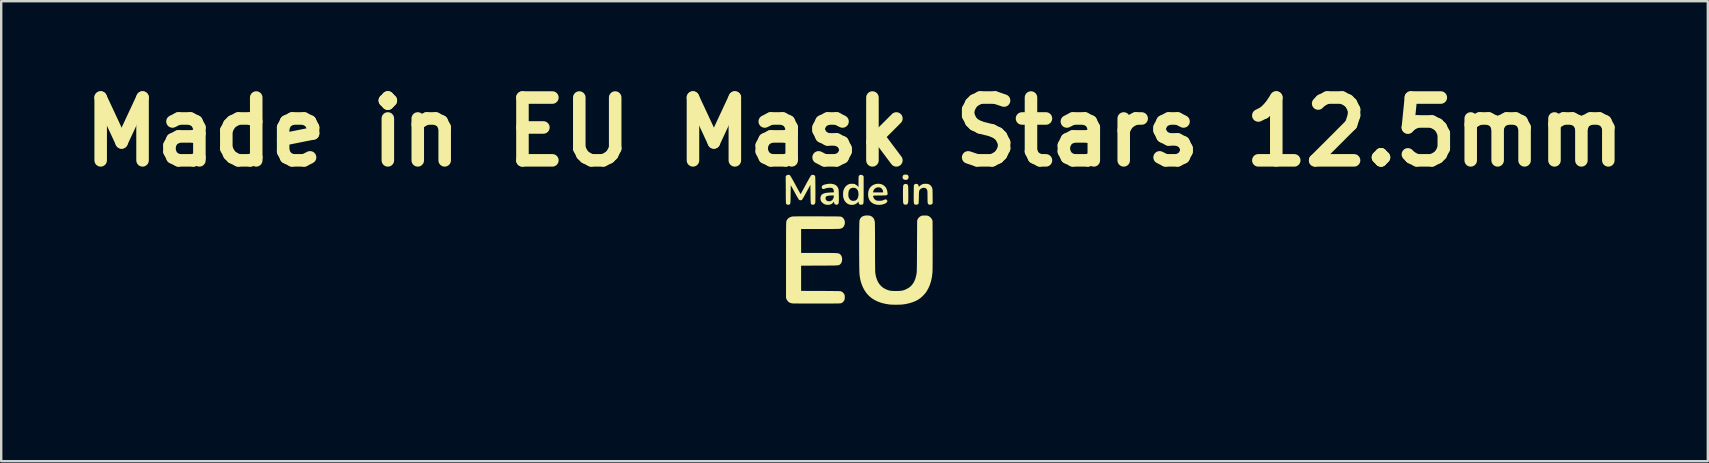
<source format=kicad_pcb>
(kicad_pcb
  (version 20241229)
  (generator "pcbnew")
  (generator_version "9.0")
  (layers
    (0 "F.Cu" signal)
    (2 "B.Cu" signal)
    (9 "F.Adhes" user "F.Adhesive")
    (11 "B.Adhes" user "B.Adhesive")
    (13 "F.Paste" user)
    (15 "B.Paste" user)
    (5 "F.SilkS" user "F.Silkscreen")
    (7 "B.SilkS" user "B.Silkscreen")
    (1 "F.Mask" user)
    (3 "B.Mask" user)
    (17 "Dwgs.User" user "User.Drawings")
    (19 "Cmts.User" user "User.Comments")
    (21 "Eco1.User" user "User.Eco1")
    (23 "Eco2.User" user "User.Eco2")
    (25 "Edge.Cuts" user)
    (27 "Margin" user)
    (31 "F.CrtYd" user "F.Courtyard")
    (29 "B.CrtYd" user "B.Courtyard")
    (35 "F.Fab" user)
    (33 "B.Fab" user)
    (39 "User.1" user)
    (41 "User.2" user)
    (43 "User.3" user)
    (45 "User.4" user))
  (footprint "Made in EU Mask Stars 12.5mm"
    (layer "F.Cu")
    (at 32.548 6.947)
    (property "Reference" "Made in EU Mask Stars 12.5mm" (at 0 -4.5 180) (layer "F.SilkS") (effects (font (size 2.617 2.617) (thickness 0.522))))
    (attr board_only exclude_from_pos_files exclude_from_bom)
    (fp_poly (pts (xy 4.594 -3.555) (xy 4.595 -3.554) (xy 4.599 -3.542) (xy 4.608 -3.515) (xy 4.621 -3.474) (xy 4.638 -3.421) (xy 4.658 -3.359) (xy 4.681 -3.289) (xy 4.705 -3.214) (xy 4.708 -3.205) (xy 4.816 -2.87) (xy 5.185 -2.866) (xy 5.555 -2.861) (xy 5.257 -2.647) (xy 5.192 -2.6) (xy 5.131 -2.556) (xy 5.077 -2.517) (xy 5.031 -2.484) (xy 4.996 -2.457) (xy 4.971 -2.439) (xy 4.96 -2.429) (xy 4.959 -2.429) (xy 4.962 -2.419) (xy 4.97 -2.394) (xy 4.982 -2.354) (xy 4.999 -2.303) (xy 5.018 -2.242) (xy 5.04 -2.173) (xy 5.065 -2.099) (xy 5.069 -2.084) (xy 5.094 -2.008) (xy 5.116 -1.938) (xy 5.136 -1.876) (xy 5.153 -1.823) (xy 5.165 -1.782) (xy 5.174 -1.754) (xy 5.177 -1.742) (xy 5.177 -1.741) (xy 5.169 -1.746) (xy 5.148 -1.76) (xy 5.115 -1.784) (xy 5.072 -1.814) (xy 5.021 -1.851) (xy 4.962 -1.894) (xy 4.899 -1.94) (xy 4.882 -1.952) (xy 4.59 -2.165) (xy 4.312 -1.961) (xy 4.235 -1.905) (xy 4.171 -1.859) (xy 4.121 -1.822) (xy 4.081 -1.793) (xy 4.051 -1.772) (xy 4.029 -1.758) (xy 4.015 -1.749) (xy 4.007 -1.745) (xy 4.003 -1.745) (xy 4.003 -1.749) (xy 4.004 -1.754) (xy 4.005 -1.755) (xy 4.034 -1.846) (xy 4.064 -1.937) (xy 4.092 -2.025) (xy 4.119 -2.109) (xy 4.143 -2.187) (xy 4.165 -2.258) (xy 4.184 -2.319) (xy 4.199 -2.37) (xy 4.209 -2.407) (xy 4.215 -2.43) (xy 4.216 -2.437) (xy 4.207 -2.444) (xy 4.184 -2.46) (xy 4.15 -2.484) (xy 4.106 -2.516) (xy 4.053 -2.554) (xy 3.994 -2.596) (xy 3.93 -2.642) (xy 3.917 -2.652) (xy 3.625 -2.861) (xy 3.994 -2.863) (xy 4.363 -2.866) (xy 4.443 -3.115) (xy 4.475 -3.216) (xy 4.503 -3.302) (xy 4.526 -3.372) (xy 4.544 -3.428) (xy 4.559 -3.473) (xy 4.571 -3.506) (xy 4.579 -3.53) (xy 4.585 -3.545) (xy 4.59 -3.554) (xy 4.592 -3.556)) (stroke (width 0) (type solid)) (fill yes) (layer "F.Mask"))
    (fp_poly (pts (xy 0.012 4.404) (xy 0.021 4.431) (xy 0.034 4.472) (xy 0.051 4.525) (xy 0.071 4.587) (xy 0.093 4.657) (xy 0.117 4.732) (xy 0.121 4.745) (xy 0.23 5.085) (xy 0.596 5.089) (xy 0.962 5.094) (xy 0.688 5.29) (xy 0.624 5.336) (xy 0.564 5.379) (xy 0.511 5.418) (xy 0.465 5.451) (xy 0.429 5.478) (xy 0.404 5.496) (xy 0.393 5.504) (xy 0.372 5.522) (xy 0.479 5.857) (xy 0.504 5.932) (xy 0.526 6.003) (xy 0.547 6.066) (xy 0.564 6.12) (xy 0.578 6.162) (xy 0.587 6.191) (xy 0.591 6.204) (xy 0.591 6.205) (xy 0.592 6.213) (xy 0.584 6.208) (xy 0.571 6.199) (xy 0.546 6.18) (xy 0.51 6.154) (xy 0.466 6.122) (xy 0.415 6.085) (xy 0.36 6.045) (xy 0.303 6.004) (xy 0.246 5.962) (xy 0.191 5.922) (xy 0.14 5.885) (xy 0.095 5.852) (xy 0.057 5.825) (xy 0.03 5.806) (xy 0.015 5.795) (xy 0.013 5.793) (xy 0.004 5.798) (xy -0.019 5.811) (xy -0.052 5.833) (xy -0.094 5.862) (xy -0.144 5.896) (xy -0.199 5.935) (xy -0.257 5.976) (xy -0.317 6.018) (xy -0.376 6.061) (xy -0.432 6.102) (xy -0.485 6.14) (xy -0.53 6.174) (xy -0.568 6.203) (xy -0.576 6.209) (xy -0.586 6.215) (xy -0.585 6.206) (xy -0.585 6.206) (xy -0.58 6.193) (xy -0.572 6.166) (xy -0.559 6.126) (xy -0.542 6.075) (xy -0.523 6.017) (xy -0.503 5.954) (xy -0.482 5.887) (xy -0.46 5.821) (xy -0.44 5.756) (xy -0.421 5.697) (xy -0.404 5.644) (xy -0.39 5.602) (xy -0.38 5.571) (xy -0.376 5.557) (xy -0.364 5.518) (xy -0.662 5.304) (xy -0.961 5.089) (xy -0.593 5.089) (xy -0.224 5.089) (xy -0.158 4.882) (xy -0.135 4.812) (xy -0.111 4.736) (xy -0.087 4.661) (xy -0.065 4.592) (xy -0.046 4.534) (xy -0.044 4.527) (xy -0.028 4.479) (xy -0.014 4.439) (xy -0.003 4.41) (xy 0.005 4.394) (xy 0.008 4.392)) (stroke (width 0) (type solid)) (fill yes) (layer "F.Mask"))
    (fp_poly (pts (xy -2.569 -5.266) (xy -2.546 -5.195) (xy -2.523 -5.123) (xy -2.5 -5.054) (xy -2.48 -4.992) (xy -2.464 -4.941) (xy -2.455 -4.915) (xy -2.418 -4.801) (xy -2.048 -4.799) (xy -1.679 -4.796) (xy -1.944 -4.606) (xy -2.008 -4.56) (xy -2.068 -4.517) (xy -2.122 -4.478) (xy -2.169 -4.444) (xy -2.207 -4.417) (xy -2.233 -4.398) (xy -2.243 -4.39) (xy -2.277 -4.364) (xy -2.167 -4.022) (xy -2.143 -3.946) (xy -2.12 -3.876) (xy -2.101 -3.813) (xy -2.084 -3.76) (xy -2.072 -3.719) (xy -2.063 -3.691) (xy -2.06 -3.678) (xy -2.06 -3.677) (xy -2.068 -3.682) (xy -2.089 -3.696) (xy -2.122 -3.719) (xy -2.165 -3.75) (xy -2.216 -3.787) (xy -2.274 -3.829) (xy -2.337 -3.875) (xy -2.345 -3.88) (xy -2.409 -3.927) (xy -2.468 -3.97) (xy -2.522 -4.008) (xy -2.567 -4.041) (xy -2.603 -4.066) (xy -2.627 -4.083) (xy -2.638 -4.09) (xy -2.638 -4.091) (xy -2.648 -4.086) (xy -2.671 -4.072) (xy -2.706 -4.049) (xy -2.751 -4.019) (xy -2.803 -3.982) (xy -2.862 -3.94) (xy -2.926 -3.894) (xy -2.938 -3.885) (xy -3.002 -3.838) (xy -3.062 -3.795) (xy -3.115 -3.757) (xy -3.16 -3.724) (xy -3.195 -3.699) (xy -3.219 -3.682) (xy -3.23 -3.675) (xy -3.23 -3.675) (xy -3.229 -3.684) (xy -3.222 -3.708) (xy -3.21 -3.746) (xy -3.195 -3.796) (xy -3.176 -3.856) (xy -3.154 -3.925) (xy -3.13 -4) (xy -3.125 -4.017) (xy -3.1 -4.093) (xy -3.078 -4.163) (xy -3.057 -4.226) (xy -3.041 -4.279) (xy -3.027 -4.321) (xy -3.018 -4.35) (xy -3.015 -4.363) (xy -3.014 -4.363) (xy -3.022 -4.37) (xy -3.043 -4.386) (xy -3.075 -4.41) (xy -3.118 -4.442) (xy -3.17 -4.479) (xy -3.229 -4.522) (xy -3.293 -4.568) (xy -3.313 -4.582) (xy -3.611 -4.796) (xy -3.241 -4.799) (xy -2.87 -4.801) (xy -2.782 -5.078) (xy -2.759 -5.15) (xy -2.737 -5.221) (xy -2.716 -5.286) (xy -2.698 -5.343) (xy -2.683 -5.39) (xy -2.672 -5.422) (xy -2.67 -5.429) (xy -2.645 -5.503)) (stroke (width 0) (type solid)) (fill yes) (layer "F.Mask"))
    (fp_poly (pts (xy -2.639 3.699) (xy -2.63 3.722) (xy -2.617 3.759) (xy -2.6 3.808) (xy -2.58 3.868) (xy -2.558 3.936) (xy -2.534 4.01) (xy -2.526 4.033) (xy -2.415 4.382) (xy -2.046 4.384) (xy -1.678 4.387) (xy -1.974 4.599) (xy -2.039 4.647) (xy -2.1 4.69) (xy -2.153 4.73) (xy -2.199 4.763) (xy -2.234 4.79) (xy -2.259 4.809) (xy -2.27 4.818) (xy -2.27 4.819) (xy -2.267 4.829) (xy -2.26 4.855) (xy -2.247 4.894) (xy -2.231 4.945) (xy -2.212 5.006) (xy -2.19 5.075) (xy -2.166 5.15) (xy -2.163 5.159) (xy -2.139 5.234) (xy -2.117 5.304) (xy -2.097 5.366) (xy -2.081 5.419) (xy -2.069 5.46) (xy -2.061 5.487) (xy -2.058 5.499) (xy -2.058 5.5) (xy -2.066 5.497) (xy -2.086 5.486) (xy -2.114 5.467) (xy -2.14 5.448) (xy -2.169 5.427) (xy -2.21 5.396) (xy -2.261 5.36) (xy -2.317 5.318) (xy -2.376 5.275) (xy -2.43 5.236) (xy -2.64 5.082) (xy -2.895 5.268) (xy -2.957 5.313) (xy -3.016 5.356) (xy -3.071 5.396) (xy -3.117 5.43) (xy -3.155 5.457) (xy -3.18 5.475) (xy -3.19 5.482) (xy -3.213 5.498) (xy -3.224 5.503) (xy -3.227 5.5) (xy -3.224 5.488) (xy -3.219 5.474) (xy -3.21 5.445) (xy -3.197 5.402) (xy -3.179 5.348) (xy -3.159 5.285) (xy -3.137 5.215) (xy -3.115 5.147) (xy -3.091 5.073) (xy -3.07 5.005) (xy -3.052 4.944) (xy -3.036 4.893) (xy -3.025 4.853) (xy -3.019 4.827) (xy -3.017 4.817) (xy -3.025 4.809) (xy -3.047 4.792) (xy -3.081 4.766) (xy -3.125 4.733) (xy -3.177 4.695) (xy -3.236 4.652) (xy -3.3 4.605) (xy -3.313 4.596) (xy -3.604 4.387) (xy -3.235 4.384) (xy -2.866 4.382) (xy -2.848 4.324) (xy -2.83 4.265) (xy -2.81 4.2) (xy -2.788 4.131) (xy -2.765 4.06) (xy -2.742 3.989) (xy -2.72 3.921) (xy -2.699 3.857) (xy -2.681 3.801) (xy -2.665 3.754) (xy -2.653 3.719) (xy -2.646 3.697) (xy -2.643 3.692)) (stroke (width 0) (type solid)) (fill yes) (layer "F.Mask"))
    (fp_poly (pts (xy 2.652 3.692) (xy 2.655 3.702) (xy 2.661 3.718) (xy 2.67 3.743) (xy 2.681 3.777) (xy 2.696 3.823) (xy 2.714 3.88) (xy 2.737 3.951) (xy 2.765 4.037) (xy 2.798 4.139) (xy 2.805 4.161) (xy 2.876 4.382) (xy 3.244 4.384) (xy 3.611 4.387) (xy 3.321 4.596) (xy 3.256 4.643) (xy 3.196 4.686) (xy 3.142 4.725) (xy 3.096 4.758) (xy 3.06 4.784) (xy 3.035 4.802) (xy 3.023 4.81) (xy 3.023 4.81) (xy 3.024 4.82) (xy 3.03 4.845) (xy 3.041 4.884) (xy 3.057 4.935) (xy 3.075 4.996) (xy 3.097 5.065) (xy 3.121 5.141) (xy 3.126 5.159) (xy 3.151 5.235) (xy 3.173 5.305) (xy 3.193 5.368) (xy 3.21 5.421) (xy 3.223 5.463) (xy 3.231 5.491) (xy 3.235 5.504) (xy 3.235 5.505) (xy 3.227 5.5) (xy 3.206 5.485) (xy 3.173 5.462) (xy 3.13 5.432) (xy 3.078 5.395) (xy 3.02 5.352) (xy 2.956 5.306) (xy 2.94 5.295) (xy 2.648 5.082) (xy 2.601 5.117) (xy 2.539 5.162) (xy 2.474 5.21) (xy 2.409 5.258) (xy 2.344 5.305) (xy 2.282 5.35) (xy 2.224 5.392) (xy 2.172 5.429) (xy 2.128 5.461) (xy 2.094 5.485) (xy 2.071 5.501) (xy 2.061 5.508) (xy 2.06 5.508) (xy 2.058 5.502) (xy 2.059 5.501) (xy 2.063 5.491) (xy 2.071 5.466) (xy 2.084 5.428) (xy 2.1 5.379) (xy 2.118 5.322) (xy 2.139 5.259) (xy 2.16 5.192) (xy 2.182 5.125) (xy 2.203 5.059) (xy 2.223 4.996) (xy 2.241 4.939) (xy 2.257 4.89) (xy 2.269 4.852) (xy 2.277 4.827) (xy 2.279 4.817) (xy 2.279 4.817) (xy 2.272 4.811) (xy 2.251 4.795) (xy 2.219 4.771) (xy 2.176 4.74) (xy 2.124 4.702) (xy 2.065 4.66) (xy 2.001 4.614) (xy 1.983 4.6) (xy 1.686 4.387) (xy 2.054 4.382) (xy 2.423 4.377) (xy 2.534 4.031) (xy 2.559 3.955) (xy 2.582 3.885) (xy 2.602 3.822) (xy 2.62 3.77) (xy 2.634 3.729) (xy 2.644 3.701) (xy 2.649 3.689) (xy 2.65 3.689)) (stroke (width 0) (type solid)) (fill yes) (layer "F.Mask"))
    (fp_poly (pts (xy 0.01 -6.199) (xy 0.018 -6.173) (xy 0.031 -6.133) (xy 0.047 -6.081) (xy 0.067 -6.019) (xy 0.089 -5.95) (xy 0.114 -5.874) (xy 0.119 -5.857) (xy 0.229 -5.512) (xy 0.596 -5.508) (xy 0.963 -5.503) (xy 0.668 -5.291) (xy 0.602 -5.244) (xy 0.542 -5.2) (xy 0.489 -5.162) (xy 0.443 -5.128) (xy 0.408 -5.102) (xy 0.384 -5.084) (xy 0.373 -5.075) (xy 0.372 -5.075) (xy 0.375 -5.065) (xy 0.383 -5.041) (xy 0.394 -5.003) (xy 0.41 -4.955) (xy 0.428 -4.899) (xy 0.448 -4.836) (xy 0.469 -4.77) (xy 0.491 -4.703) (xy 0.512 -4.636) (xy 0.532 -4.574) (xy 0.551 -4.517) (xy 0.566 -4.468) (xy 0.579 -4.429) (xy 0.586 -4.407) (xy 0.589 -4.399) (xy 0.591 -4.393) (xy 0.592 -4.389) (xy 0.588 -4.389) (xy 0.581 -4.392) (xy 0.567 -4.401) (xy 0.545 -4.416) (xy 0.515 -4.437) (xy 0.474 -4.467) (xy 0.422 -4.505) (xy 0.357 -4.553) (xy 0.316 -4.582) (xy 0.254 -4.627) (xy 0.196 -4.67) (xy 0.144 -4.708) (xy 0.099 -4.741) (xy 0.063 -4.766) (xy 0.04 -4.783) (xy 0.031 -4.789) (xy 0.002 -4.81) (xy -0.248 -4.627) (xy -0.31 -4.582) (xy -0.369 -4.539) (xy -0.424 -4.499) (xy -0.471 -4.465) (xy -0.508 -4.437) (xy -0.534 -4.418) (xy -0.543 -4.412) (xy -0.568 -4.394) (xy -0.581 -4.387) (xy -0.584 -4.389) (xy -0.582 -4.4) (xy -0.581 -4.401) (xy -0.577 -4.415) (xy -0.568 -4.443) (xy -0.555 -4.484) (xy -0.539 -4.535) (xy -0.52 -4.594) (xy -0.499 -4.658) (xy -0.478 -4.725) (xy -0.456 -4.793) (xy -0.435 -4.858) (xy -0.416 -4.918) (xy -0.398 -4.972) (xy -0.384 -5.016) (xy -0.374 -5.048) (xy -0.368 -5.065) (xy -0.368 -5.067) (xy -0.374 -5.075) (xy -0.394 -5.092) (xy -0.426 -5.117) (xy -0.469 -5.15) (xy -0.52 -5.188) (xy -0.579 -5.231) (xy -0.642 -5.278) (xy -0.66 -5.29) (xy -0.956 -5.503) (xy -0.59 -5.506) (xy -0.224 -5.508) (xy -0.158 -5.715) (xy -0.135 -5.786) (xy -0.111 -5.861) (xy -0.087 -5.936) (xy -0.065 -6.005) (xy -0.046 -6.063) (xy -0.044 -6.07) (xy -0.028 -6.118) (xy -0.014 -6.159) (xy -0.003 -6.189) (xy 0.004 -6.207) (xy 0.006 -6.21)) (stroke (width 0) (type solid)) (fill yes) (layer "F.Mask"))
    (fp_poly (pts (xy 4.592 1.752) (xy 4.601 1.775) (xy 4.614 1.813) (xy 4.631 1.862) (xy 4.651 1.922) (xy 4.673 1.991) (xy 4.697 2.065) (xy 4.704 2.087) (xy 4.815 2.433) (xy 5.187 2.438) (xy 5.558 2.442) (xy 5.266 2.652) (xy 5.201 2.698) (xy 5.141 2.742) (xy 5.086 2.781) (xy 5.04 2.814) (xy 5.004 2.84) (xy 4.979 2.858) (xy 4.966 2.866) (xy 4.966 2.867) (xy 4.966 2.877) (xy 4.972 2.903) (xy 4.984 2.944) (xy 4.999 2.998) (xy 5.019 3.063) (xy 5.043 3.138) (xy 5.069 3.22) (xy 5.094 3.297) (xy 5.116 3.367) (xy 5.136 3.431) (xy 5.153 3.484) (xy 5.167 3.526) (xy 5.175 3.555) (xy 5.179 3.568) (xy 5.179 3.569) (xy 5.172 3.564) (xy 5.151 3.549) (xy 5.118 3.525) (xy 5.075 3.494) (xy 5.024 3.457) (xy 4.965 3.415) (xy 4.902 3.368) (xy 4.885 3.356) (xy 4.811 3.302) (xy 4.75 3.258) (xy 4.701 3.223) (xy 4.663 3.196) (xy 4.634 3.176) (xy 4.612 3.163) (xy 4.597 3.155) (xy 4.586 3.152) (xy 4.579 3.152) (xy 4.574 3.154) (xy 4.562 3.162) (xy 4.537 3.18) (xy 4.5 3.206) (xy 4.455 3.24) (xy 4.401 3.278) (xy 4.342 3.322) (xy 4.281 3.366) (xy 4.219 3.411) (xy 4.161 3.453) (xy 4.11 3.49) (xy 4.068 3.52) (xy 4.035 3.543) (xy 4.013 3.557) (xy 4.005 3.562) (xy 4.007 3.552) (xy 4.014 3.527) (xy 4.026 3.488) (xy 4.042 3.438) (xy 4.061 3.377) (xy 4.083 3.308) (xy 4.107 3.234) (xy 4.112 3.219) (xy 4.136 3.143) (xy 4.159 3.073) (xy 4.178 3.01) (xy 4.195 2.957) (xy 4.207 2.916) (xy 4.216 2.887) (xy 4.219 2.874) (xy 4.219 2.874) (xy 4.21 2.867) (xy 4.189 2.851) (xy 4.159 2.828) (xy 4.122 2.801) (xy 4.106 2.789) (xy 4.065 2.76) (xy 4.013 2.723) (xy 3.955 2.681) (xy 3.893 2.636) (xy 3.832 2.592) (xy 3.81 2.576) (xy 3.624 2.442) (xy 3.995 2.438) (xy 4.366 2.433) (xy 4.475 2.09) (xy 4.5 2.014) (xy 4.522 1.944) (xy 4.543 1.881) (xy 4.56 1.828) (xy 4.574 1.786) (xy 4.584 1.758) (xy 4.588 1.745) (xy 4.589 1.744)) (stroke (width 0) (type solid)) (fill yes) (layer "F.Mask"))
    (fp_poly (pts (xy -4.579 1.749) (xy -4.575 1.761) (xy -4.566 1.788) (xy -4.552 1.829) (xy -4.535 1.882) (xy -4.515 1.944) (xy -4.493 2.014) (xy -4.469 2.089) (xy -4.466 2.098) (xy -4.358 2.433) (xy -3.987 2.438) (xy -3.615 2.442) (xy -3.913 2.655) (xy -3.978 2.702) (xy -4.039 2.746) (xy -4.093 2.785) (xy -4.139 2.818) (xy -4.175 2.844) (xy -4.2 2.862) (xy -4.212 2.87) (xy -4.213 2.871) (xy -4.211 2.88) (xy -4.203 2.905) (xy -4.192 2.943) (xy -4.176 2.994) (xy -4.157 3.055) (xy -4.135 3.124) (xy -4.111 3.199) (xy -4.104 3.22) (xy -4.079 3.296) (xy -4.057 3.367) (xy -4.037 3.43) (xy -4.02 3.484) (xy -4.007 3.526) (xy -3.998 3.554) (xy -3.994 3.568) (xy -3.994 3.569) (xy -4.002 3.564) (xy -4.023 3.549) (xy -4.055 3.525) (xy -4.098 3.494) (xy -4.149 3.457) (xy -4.207 3.415) (xy -4.27 3.368) (xy -4.28 3.361) (xy -4.344 3.314) (xy -4.403 3.271) (xy -4.457 3.232) (xy -4.502 3.199) (xy -4.538 3.173) (xy -4.563 3.156) (xy -4.574 3.148) (xy -4.575 3.148) (xy -4.585 3.152) (xy -4.608 3.166) (xy -4.642 3.189) (xy -4.687 3.22) (xy -4.74 3.257) (xy -4.799 3.299) (xy -4.863 3.345) (xy -4.88 3.357) (xy -4.944 3.405) (xy -5.004 3.448) (xy -5.057 3.487) (xy -5.102 3.519) (xy -5.138 3.544) (xy -5.161 3.561) (xy -5.172 3.569) (xy -5.173 3.569) (xy -5.17 3.56) (xy -5.162 3.535) (xy -5.15 3.496) (xy -5.134 3.445) (xy -5.114 3.384) (xy -5.092 3.316) (xy -5.068 3.241) (xy -5.062 3.223) (xy -5.038 3.147) (xy -5.015 3.076) (xy -4.996 3.013) (xy -4.979 2.959) (xy -4.967 2.917) (xy -4.958 2.888) (xy -4.955 2.874) (xy -4.955 2.873) (xy -4.964 2.866) (xy -4.985 2.85) (xy -5.019 2.825) (xy -5.063 2.793) (xy -5.115 2.755) (xy -5.174 2.712) (xy -5.238 2.666) (xy -5.255 2.654) (xy -5.55 2.442) (xy -5.178 2.438) (xy -4.806 2.433) (xy -4.734 2.205) (xy -4.711 2.135) (xy -4.688 2.062) (xy -4.666 1.993) (xy -4.646 1.93) (xy -4.629 1.878) (xy -4.622 1.856) (xy -4.608 1.813) (xy -4.595 1.779) (xy -4.586 1.757) (xy -4.58 1.748)) (stroke (width 0) (type solid)) (fill yes) (layer "F.Mask"))
    (fp_poly (pts (xy 2.664 -5.477) (xy 2.673 -5.45) (xy 2.686 -5.409) (xy 2.703 -5.356) (xy 2.723 -5.294) (xy 2.746 -5.224) (xy 2.77 -5.149) (xy 2.773 -5.14) (xy 2.88 -4.805) (xy 3.251 -4.801) (xy 3.622 -4.796) (xy 3.325 -4.583) (xy 3.26 -4.536) (xy 3.199 -4.492) (xy 3.145 -4.454) (xy 3.099 -4.421) (xy 3.063 -4.395) (xy 3.038 -4.377) (xy 3.026 -4.368) (xy 3.026 -4.368) (xy 3.028 -4.359) (xy 3.035 -4.334) (xy 3.047 -4.296) (xy 3.063 -4.245) (xy 3.082 -4.184) (xy 3.104 -4.116) (xy 3.128 -4.041) (xy 3.134 -4.023) (xy 3.158 -3.947) (xy 3.181 -3.876) (xy 3.201 -3.813) (xy 3.217 -3.76) (xy 3.23 -3.718) (xy 3.238 -3.69) (xy 3.242 -3.677) (xy 3.242 -3.676) (xy 3.234 -3.681) (xy 3.213 -3.695) (xy 3.18 -3.718) (xy 3.137 -3.749) (xy 3.086 -3.786) (xy 3.028 -3.828) (xy 2.964 -3.874) (xy 2.955 -3.881) (xy 2.891 -3.928) (xy 2.831 -3.971) (xy 2.777 -4.009) (xy 2.731 -4.041) (xy 2.695 -4.066) (xy 2.669 -4.082) (xy 2.657 -4.089) (xy 2.657 -4.089) (xy 2.646 -4.084) (xy 2.623 -4.069) (xy 2.588 -4.045) (xy 2.543 -4.014) (xy 2.49 -3.976) (xy 2.431 -3.934) (xy 2.367 -3.887) (xy 2.359 -3.882) (xy 2.296 -3.836) (xy 2.237 -3.793) (xy 2.184 -3.755) (xy 2.139 -3.723) (xy 2.105 -3.698) (xy 2.082 -3.682) (xy 2.071 -3.675) (xy 2.071 -3.675) (xy 2.07 -3.683) (xy 2.075 -3.701) (xy 2.088 -3.739) (xy 2.104 -3.788) (xy 2.122 -3.845) (xy 2.142 -3.909) (xy 2.164 -3.976) (xy 2.186 -4.044) (xy 2.207 -4.112) (xy 2.227 -4.176) (xy 2.246 -4.234) (xy 2.262 -4.285) (xy 2.274 -4.326) (xy 2.283 -4.354) (xy 2.287 -4.367) (xy 2.287 -4.368) (xy 2.279 -4.374) (xy 2.257 -4.389) (xy 2.224 -4.413) (xy 2.181 -4.444) (xy 2.129 -4.481) (xy 2.07 -4.524) (xy 2.006 -4.57) (xy 1.988 -4.583) (xy 1.691 -4.796) (xy 2.062 -4.801) (xy 2.432 -4.805) (xy 2.498 -5.01) (xy 2.52 -5.08) (xy 2.544 -5.155) (xy 2.568 -5.229) (xy 2.589 -5.296) (xy 2.607 -5.353) (xy 2.609 -5.359) (xy 2.625 -5.406) (xy 2.638 -5.445) (xy 2.65 -5.473) (xy 2.657 -5.488) (xy 2.66 -5.489)) (stroke (width 0) (type solid)) (fill yes) (layer "F.Mask"))
    (fp_poly (pts (xy -4.577 -3.542) (xy -4.568 -3.516) (xy -4.555 -3.477) (xy -4.539 -3.426) (xy -4.519 -3.365) (xy -4.496 -3.296) (xy -4.472 -3.221) (xy -4.467 -3.204) (xy -4.357 -2.861) (xy -3.988 -2.856) (xy -3.62 -2.852) (xy -3.917 -2.638) (xy -3.993 -2.583) (xy -4.055 -2.539) (xy -4.105 -2.502) (xy -4.143 -2.473) (xy -4.171 -2.451) (xy -4.19 -2.435) (xy -4.202 -2.422) (xy -4.208 -2.413) (xy -4.209 -2.407) (xy -4.209 -2.406) (xy -4.204 -2.391) (xy -4.195 -2.362) (xy -4.182 -2.32) (xy -4.165 -2.268) (xy -4.146 -2.209) (xy -4.126 -2.145) (xy -4.104 -2.078) (xy -4.083 -2.012) (xy -4.062 -1.947) (xy -4.043 -1.887) (xy -4.026 -1.834) (xy -4.012 -1.791) (xy -4.002 -1.76) (xy -3.996 -1.744) (xy -3.996 -1.742) (xy -3.997 -1.734) (xy -4.003 -1.736) (xy -4.012 -1.743) (xy -4.034 -1.759) (xy -4.068 -1.782) (xy -4.11 -1.813) (xy -4.159 -1.848) (xy -4.212 -1.887) (xy -4.269 -1.928) (xy -4.326 -1.969) (xy -4.382 -2.01) (xy -4.434 -2.048) (xy -4.481 -2.082) (xy -4.521 -2.111) (xy -4.551 -2.133) (xy -4.569 -2.147) (xy -4.573 -2.15) (xy -4.582 -2.146) (xy -4.605 -2.132) (xy -4.64 -2.11) (xy -4.685 -2.079) (xy -4.739 -2.041) (xy -4.8 -1.998) (xy -4.867 -1.949) (xy -4.875 -1.944) (xy -4.939 -1.897) (xy -4.999 -1.853) (xy -5.053 -1.814) (xy -5.099 -1.781) (xy -5.134 -1.756) (xy -5.159 -1.739) (xy -5.17 -1.731) (xy -5.171 -1.731) (xy -5.172 -1.738) (xy -5.169 -1.745) (xy -5.165 -1.757) (xy -5.156 -1.784) (xy -5.143 -1.825) (xy -5.126 -1.878) (xy -5.106 -1.94) (xy -5.084 -2.009) (xy -5.06 -2.082) (xy -5.036 -2.156) (xy -5.014 -2.225) (xy -4.994 -2.286) (xy -4.978 -2.338) (xy -4.965 -2.378) (xy -4.956 -2.404) (xy -4.953 -2.414) (xy -4.959 -2.422) (xy -4.979 -2.439) (xy -5.012 -2.464) (xy -5.054 -2.496) (xy -5.105 -2.534) (xy -5.164 -2.577) (xy -5.228 -2.624) (xy -5.247 -2.638) (xy -5.545 -2.852) (xy -5.177 -2.856) (xy -4.808 -2.861) (xy -4.763 -3) (xy -4.746 -3.053) (xy -4.726 -3.118) (xy -4.703 -3.19) (xy -4.679 -3.264) (xy -4.656 -3.335) (xy -4.652 -3.348) (xy -4.633 -3.406) (xy -4.616 -3.458) (xy -4.601 -3.5) (xy -4.59 -3.531) (xy -4.583 -3.549) (xy -4.581 -3.551)) (stroke (width 0) (type solid)) (fill yes) (layer "F.Mask"))
    (fp_poly (pts (xy -5.291 -0.897) (xy -5.282 -0.874) (xy -5.269 -0.837) (xy -5.252 -0.787) (xy -5.232 -0.728) (xy -5.21 -0.66) (xy -5.185 -0.585) (xy -5.178 -0.562) (xy -5.067 -0.214) (xy -4.701 -0.214) (xy -4.602 -0.214) (xy -4.518 -0.213) (xy -4.449 -0.212) (xy -4.397 -0.211) (xy -4.361 -0.209) (xy -4.342 -0.207) (xy -4.34 -0.205) (xy -4.349 -0.198) (xy -4.371 -0.181) (xy -4.404 -0.156) (xy -4.448 -0.123) (xy -4.501 -0.085) (xy -4.56 -0.043) (xy -4.624 0.004) (xy -4.634 0.011) (xy -4.698 0.057) (xy -4.757 0.1) (xy -4.81 0.139) (xy -4.855 0.172) (xy -4.889 0.199) (xy -4.912 0.217) (xy -4.921 0.226) (xy -4.922 0.226) (xy -4.919 0.237) (xy -4.911 0.263) (xy -4.899 0.303) (xy -4.883 0.355) (xy -4.863 0.416) (xy -4.841 0.485) (xy -4.817 0.56) (xy -4.814 0.569) (xy -4.79 0.645) (xy -4.768 0.714) (xy -4.749 0.776) (xy -4.732 0.828) (xy -4.72 0.869) (xy -4.712 0.896) (xy -4.71 0.907) (xy -4.71 0.908) (xy -4.718 0.903) (xy -4.739 0.889) (xy -4.772 0.866) (xy -4.816 0.835) (xy -4.867 0.798) (xy -4.925 0.756) (xy -4.989 0.71) (xy -5 0.702) (xy -5.072 0.65) (xy -5.136 0.604) (xy -5.191 0.565) (xy -5.237 0.535) (xy -5.271 0.512) (xy -5.293 0.5) (xy -5.3 0.497) (xy -5.311 0.504) (xy -5.334 0.52) (xy -5.369 0.545) (xy -5.414 0.576) (xy -5.466 0.614) (xy -5.525 0.657) (xy -5.585 0.701) (xy -5.659 0.755) (xy -5.72 0.799) (xy -5.768 0.834) (xy -5.806 0.861) (xy -5.834 0.881) (xy -5.854 0.895) (xy -5.867 0.904) (xy -5.875 0.908) (xy -5.879 0.91) (xy -5.88 0.909) (xy -5.88 0.907) (xy -5.877 0.897) (xy -5.869 0.872) (xy -5.857 0.832) (xy -5.841 0.781) (xy -5.821 0.72) (xy -5.799 0.652) (xy -5.775 0.577) (xy -5.773 0.57) (xy -5.749 0.495) (xy -5.727 0.426) (xy -5.707 0.363) (xy -5.69 0.31) (xy -5.678 0.269) (xy -5.669 0.241) (xy -5.666 0.228) (xy -5.666 0.228) (xy -5.673 0.22) (xy -5.694 0.203) (xy -5.727 0.177) (xy -5.77 0.145) (xy -5.821 0.106) (xy -5.88 0.064) (xy -5.944 0.017) (xy -5.955 0.009) (xy -6.019 -0.037) (xy -6.079 -0.08) (xy -6.133 -0.119) (xy -6.178 -0.152) (xy -6.213 -0.179) (xy -6.237 -0.197) (xy -6.248 -0.205) (xy -6.248 -0.206) (xy -6.24 -0.208) (xy -6.216 -0.209) (xy -6.176 -0.211) (xy -6.124 -0.212) (xy -6.06 -0.213) (xy -5.988 -0.214) (xy -5.907 -0.214) (xy -5.886 -0.214) (xy -5.518 -0.214) (xy -5.5 -0.272) (xy -5.48 -0.335) (xy -5.459 -0.404) (xy -5.436 -0.476) (xy -5.413 -0.549) (xy -5.39 -0.62) (xy -5.368 -0.688) (xy -5.347 -0.751) (xy -5.329 -0.806) (xy -5.314 -0.85) (xy -5.303 -0.883) (xy -5.297 -0.901) (xy -5.295 -0.904)) (stroke (width 0) (type solid)) (fill yes) (layer "F.Mask"))
    (fp_poly (pts (xy 5.298 -0.903) (xy 5.307 -0.88) (xy 5.319 -0.844) (xy 5.334 -0.799) (xy 5.351 -0.747) (xy 5.351 -0.747) (xy 5.372 -0.68) (xy 5.397 -0.604) (xy 5.423 -0.524) (xy 5.447 -0.447) (xy 5.461 -0.402) (xy 5.519 -0.223) (xy 5.885 -0.223) (xy 5.966 -0.223) (xy 6.04 -0.223) (xy 6.107 -0.222) (xy 6.163 -0.221) (xy 6.207 -0.22) (xy 6.237 -0.218) (xy 6.251 -0.217) (xy 6.252 -0.216) (xy 6.244 -0.21) (xy 6.223 -0.193) (xy 6.191 -0.169) (xy 6.148 -0.137) (xy 6.096 -0.099) (xy 6.037 -0.056) (xy 5.973 -0.01) (xy 5.959 -0.000135) (xy 5.894 0.047) (xy 5.834 0.09) (xy 5.78 0.13) (xy 5.735 0.164) (xy 5.7 0.191) (xy 5.677 0.21) (xy 5.666 0.22) (xy 5.666 0.22) (xy 5.669 0.232) (xy 5.677 0.258) (xy 5.689 0.299) (xy 5.705 0.351) (xy 5.725 0.413) (xy 5.747 0.482) (xy 5.771 0.557) (xy 5.773 0.564) (xy 5.797 0.639) (xy 5.819 0.708) (xy 5.838 0.77) (xy 5.854 0.821) (xy 5.866 0.862) (xy 5.874 0.889) (xy 5.876 0.9) (xy 5.876 0.9) (xy 5.868 0.896) (xy 5.847 0.881) (xy 5.814 0.858) (xy 5.771 0.828) (xy 5.719 0.791) (xy 5.661 0.749) (xy 5.598 0.703) (xy 5.591 0.698) (xy 5.527 0.651) (xy 5.468 0.608) (xy 5.415 0.569) (xy 5.37 0.537) (xy 5.334 0.511) (xy 5.31 0.495) (xy 5.299 0.487) (xy 5.299 0.487) (xy 5.289 0.492) (xy 5.266 0.506) (xy 5.232 0.529) (xy 5.188 0.559) (xy 5.136 0.596) (xy 5.078 0.637) (xy 5.022 0.678) (xy 4.945 0.734) (xy 4.882 0.781) (xy 4.831 0.818) (xy 4.791 0.847) (xy 4.76 0.868) (xy 4.738 0.884) (xy 4.723 0.893) (xy 4.714 0.899) (xy 4.709 0.9) (xy 4.708 0.899) (xy 4.708 0.898) (xy 4.71 0.888) (xy 4.718 0.862) (xy 4.731 0.823) (xy 4.747 0.771) (xy 4.766 0.71) (xy 4.788 0.642) (xy 4.812 0.567) (xy 4.815 0.559) (xy 4.839 0.484) (xy 4.861 0.415) (xy 4.881 0.352) (xy 4.897 0.3) (xy 4.91 0.259) (xy 4.918 0.231) (xy 4.922 0.219) (xy 4.922 0.218) (xy 4.914 0.211) (xy 4.893 0.194) (xy 4.861 0.169) (xy 4.817 0.137) (xy 4.766 0.099) (xy 4.707 0.056) (xy 4.643 0.01) (xy 4.629 0) (xy 4.564 -0.047) (xy 4.504 -0.09) (xy 4.45 -0.129) (xy 4.405 -0.162) (xy 4.37 -0.188) (xy 4.347 -0.206) (xy 4.336 -0.215) (xy 4.336 -0.216) (xy 4.345 -0.217) (xy 4.37 -0.218) (xy 4.41 -0.218) (xy 4.463 -0.218) (xy 4.527 -0.218) (xy 4.599 -0.218) (xy 4.677 -0.217) (xy 4.697 -0.216) (xy 4.789 -0.215) (xy 4.864 -0.214) (xy 4.923 -0.214) (xy 4.97 -0.214) (xy 5.004 -0.214) (xy 5.029 -0.215) (xy 5.046 -0.217) (xy 5.057 -0.22) (xy 5.063 -0.223) (xy 5.067 -0.227) (xy 5.068 -0.229) (xy 5.073 -0.241) (xy 5.082 -0.27) (xy 5.096 -0.312) (xy 5.114 -0.365) (xy 5.134 -0.428) (xy 5.156 -0.498) (xy 5.18 -0.574) (xy 5.182 -0.579) (xy 5.206 -0.654) (xy 5.228 -0.723) (xy 5.249 -0.784) (xy 5.266 -0.836) (xy 5.279 -0.875) (xy 5.289 -0.901) (xy 5.293 -0.912) (xy 5.293 -0.912)) (stroke (width 0) (type solid)) (fill yes) (layer "F.Mask"))
    (fp_poly (pts (xy 2.17 -2.723) (xy 2.21 -2.71) (xy 2.237 -2.686) (xy 2.25 -2.649) (xy 2.253 -2.617) (xy 2.245 -2.571) (xy 2.222 -2.535) (xy 2.195 -2.514) (xy 2.163 -2.506) (xy 2.123 -2.504) (xy 2.083 -2.509) (xy 2.058 -2.517) (xy 2.03 -2.538) (xy 2.011 -2.571) (xy 2.003 -2.61) (xy 2.006 -2.649) (xy 2.021 -2.685) (xy 2.034 -2.699) (xy 2.053 -2.712) (xy 2.079 -2.72) (xy 2.115 -2.724)) (stroke (width 0) (type solid)) (fill yes) (layer "F.SilkS"))
    (fp_poly (pts (xy 2.176 -2.329) (xy 2.207 -2.308) (xy 2.228 -2.273) (xy 2.233 -2.251) (xy 2.235 -2.231) (xy 2.237 -2.195) (xy 2.239 -2.147) (xy 2.24 -2.088) (xy 2.241 -2.022) (xy 2.241 -1.951) (xy 2.242 -1.879) (xy 2.242 -1.807) (xy 2.241 -1.74) (xy 2.241 -1.68) (xy 2.24 -1.629) (xy 2.238 -1.591) (xy 2.236 -1.569) (xy 2.222 -1.522) (xy 2.205 -1.497) (xy 2.185 -1.48) (xy 2.164 -1.472) (xy 2.134 -1.47) (xy 2.133 -1.47) (xy 2.092 -1.474) (xy 2.063 -1.488) (xy 2.062 -1.489) (xy 2.043 -1.511) (xy 2.029 -1.54) (xy 2.029 -1.543) (xy 2.026 -1.561) (xy 2.024 -1.596) (xy 2.022 -1.644) (xy 2.021 -1.703) (xy 2.02 -1.769) (xy 2.019 -1.84) (xy 2.019 -1.914) (xy 2.019 -1.987) (xy 2.02 -2.057) (xy 2.021 -2.121) (xy 2.023 -2.177) (xy 2.024 -2.221) (xy 2.027 -2.251) (xy 2.029 -2.263) (xy 2.047 -2.301) (xy 2.078 -2.325) (xy 2.121 -2.335) (xy 2.131 -2.335)) (stroke (width 0) (type solid)) (fill yes) (layer "F.SilkS"))
    (fp_poly (pts (xy 1.038 -2.34) (xy 1.115 -2.324) (xy 1.185 -2.294) (xy 1.247 -2.251) (xy 1.298 -2.195) (xy 1.325 -2.15) (xy 1.349 -2.091) (xy 1.367 -2.024) (xy 1.376 -1.959) (xy 1.377 -1.939) (xy 1.377 -1.917) (xy 1.375 -1.899) (xy 1.37 -1.885) (xy 1.361 -1.875) (xy 1.344 -1.867) (xy 1.318 -1.862) (xy 1.282 -1.858) (xy 1.233 -1.856) (xy 1.171 -1.855) (xy 1.092 -1.854) (xy 1.055 -1.853) (xy 0.973 -1.853) (xy 0.908 -1.852) (xy 0.859 -1.851) (xy 0.822 -1.849) (xy 0.797 -1.845) (xy 0.782 -1.84) (xy 0.775 -1.832) (xy 0.774 -1.821) (xy 0.778 -1.807) (xy 0.784 -1.789) (xy 0.787 -1.78) (xy 0.808 -1.732) (xy 0.836 -1.695) (xy 0.876 -1.666) (xy 0.887 -1.659) (xy 0.91 -1.648) (xy 0.93 -1.64) (xy 0.952 -1.636) (xy 0.982 -1.634) (xy 1.024 -1.633) (xy 1.037 -1.633) (xy 1.085 -1.634) (xy 1.12 -1.636) (xy 1.148 -1.641) (xy 1.175 -1.65) (xy 1.2 -1.66) (xy 1.248 -1.679) (xy 1.283 -1.689) (xy 1.309 -1.691) (xy 1.329 -1.683) (xy 1.344 -1.671) (xy 1.364 -1.642) (xy 1.368 -1.612) (xy 1.357 -1.582) (xy 1.332 -1.555) (xy 1.296 -1.529) (xy 1.251 -1.506) (xy 1.198 -1.488) (xy 1.139 -1.473) (xy 1.075 -1.465) (xy 1.01 -1.462) (xy 0.944 -1.467) (xy 0.897 -1.475) (xy 0.809 -1.502) (xy 0.734 -1.543) (xy 0.672 -1.596) (xy 0.624 -1.662) (xy 0.59 -1.739) (xy 0.571 -1.827) (xy 0.566 -1.903) (xy 0.572 -1.982) (xy 0.771 -1.982) (xy 0.981 -1.982) (xy 1.191 -1.982) (xy 1.191 -2.012) (xy 1.187 -2.038) (xy 1.177 -2.071) (xy 1.168 -2.09) (xy 1.136 -2.139) (xy 1.093 -2.173) (xy 1.04 -2.191) (xy 1.02 -2.194) (xy 0.954 -2.191) (xy 0.895 -2.172) (xy 0.845 -2.138) (xy 0.807 -2.09) (xy 0.781 -2.03) (xy 0.777 -2.012) (xy 0.771 -1.982) (xy 0.572 -1.982) (xy 0.574 -2) (xy 0.596 -2.085) (xy 0.633 -2.16) (xy 0.684 -2.223) (xy 0.75 -2.274) (xy 0.797 -2.3) (xy 0.877 -2.329) (xy 0.958 -2.342)) (stroke (width 0) (type solid)) (fill yes) (layer "F.SilkS"))
    (fp_poly (pts (xy 3.008 -2.339) (xy 3.041 -2.337) (xy 3.066 -2.332) (xy 3.09 -2.323) (xy 3.11 -2.314) (xy 3.156 -2.285) (xy 3.191 -2.249) (xy 3.22 -2.201) (xy 3.231 -2.175) (xy 3.237 -2.161) (xy 3.241 -2.146) (xy 3.245 -2.128) (xy 3.248 -2.106) (xy 3.25 -2.076) (xy 3.251 -2.037) (xy 3.252 -1.987) (xy 3.253 -1.923) (xy 3.254 -1.843) (xy 3.254 -1.826) (xy 3.257 -1.526) (xy 3.23 -1.498) (xy 3.196 -1.476) (xy 3.155 -1.467) (xy 3.112 -1.472) (xy 3.083 -1.485) (xy 3.071 -1.495) (xy 3.062 -1.507) (xy 3.055 -1.525) (xy 3.05 -1.55) (xy 3.046 -1.584) (xy 3.044 -1.63) (xy 3.043 -1.69) (xy 3.042 -1.766) (xy 3.042 -1.795) (xy 3.042 -1.873) (xy 3.041 -1.941) (xy 3.039 -1.997) (xy 3.036 -2.039) (xy 3.033 -2.065) (xy 3.032 -2.07) (xy 3.011 -2.114) (xy 2.977 -2.148) (xy 2.935 -2.169) (xy 2.919 -2.173) (xy 2.866 -2.173) (xy 2.813 -2.16) (xy 2.765 -2.135) (xy 2.745 -2.119) (xy 2.728 -2.102) (xy 2.715 -2.086) (xy 2.705 -2.068) (xy 2.697 -2.045) (xy 2.691 -2.017) (xy 2.687 -1.98) (xy 2.684 -1.932) (xy 2.682 -1.871) (xy 2.68 -1.794) (xy 2.68 -1.77) (xy 2.678 -1.695) (xy 2.677 -1.636) (xy 2.675 -1.591) (xy 2.673 -1.558) (xy 2.671 -1.535) (xy 2.668 -1.519) (xy 2.664 -1.509) (xy 2.659 -1.501) (xy 2.655 -1.497) (xy 2.624 -1.478) (xy 2.584 -1.468) (xy 2.542 -1.471) (xy 2.524 -1.475) (xy 2.509 -1.48) (xy 2.497 -1.488) (xy 2.487 -1.5) (xy 2.48 -1.519) (xy 2.474 -1.545) (xy 2.47 -1.58) (xy 2.468 -1.626) (xy 2.467 -1.685) (xy 2.467 -1.757) (xy 2.467 -1.846) (xy 2.468 -1.918) (xy 2.468 -2.011) (xy 2.469 -2.087) (xy 2.47 -2.148) (xy 2.471 -2.196) (xy 2.472 -2.232) (xy 2.474 -2.259) (xy 2.476 -2.278) (xy 2.479 -2.29) (xy 2.482 -2.299) (xy 2.487 -2.305) (xy 2.488 -2.306) (xy 2.518 -2.327) (xy 2.558 -2.338) (xy 2.593 -2.338) (xy 2.631 -2.324) (xy 2.658 -2.295) (xy 2.673 -2.253) (xy 2.674 -2.249) (xy 2.68 -2.206) (xy 2.717 -2.246) (xy 2.751 -2.276) (xy 2.793 -2.303) (xy 2.812 -2.313) (xy 2.842 -2.326) (xy 2.868 -2.334) (xy 2.897 -2.338) (xy 2.934 -2.34) (xy 2.963 -2.34)) (stroke (width 0) (type solid)) (fill yes) (layer "F.SilkS"))
    (fp_poly (pts (xy 0.309 -2.709) (xy 0.343 -2.692) (xy 0.356 -2.68) (xy 0.381 -2.651) (xy 0.381 -2.097) (xy 0.381 -1.978) (xy 0.381 -1.875) (xy 0.381 -1.789) (xy 0.38 -1.717) (xy 0.379 -1.657) (xy 0.378 -1.61) (xy 0.375 -1.572) (xy 0.372 -1.544) (xy 0.369 -1.523) (xy 0.364 -1.507) (xy 0.358 -1.497) (xy 0.351 -1.489) (xy 0.343 -1.483) (xy 0.334 -1.479) (xy 0.307 -1.471) (xy 0.271 -1.469) (xy 0.236 -1.472) (xy 0.214 -1.479) (xy 0.194 -1.498) (xy 0.178 -1.529) (xy 0.169 -1.563) (xy 0.167 -1.579) (xy 0.167 -1.604) (xy 0.138 -1.569) (xy 0.089 -1.523) (xy 0.028 -1.489) (xy -0.041 -1.468) (xy -0.115 -1.461) (xy -0.189 -1.469) (xy -0.205 -1.473) (xy -0.276 -1.502) (xy -0.339 -1.546) (xy -0.392 -1.604) (xy -0.434 -1.675) (xy -0.463 -1.757) (xy -0.465 -1.763) (xy -0.471 -1.803) (xy -0.475 -1.854) (xy -0.475 -1.903) (xy -0.256 -1.903) (xy -0.255 -1.854) (xy -0.253 -1.819) (xy -0.248 -1.792) (xy -0.24 -1.768) (xy -0.234 -1.754) (xy -0.202 -1.699) (xy -0.161 -1.66) (xy -0.112 -1.637) (xy -0.052 -1.629) (xy -0.047 -1.629) (xy -0.003 -1.633) (xy 0.036 -1.643) (xy 0.042 -1.646) (xy 0.09 -1.678) (xy 0.127 -1.725) (xy 0.152 -1.785) (xy 0.165 -1.86) (xy 0.166 -1.875) (xy 0.164 -1.96) (xy 0.15 -2.031) (xy 0.123 -2.088) (xy 0.083 -2.132) (xy 0.047 -2.156) (xy -0.005 -2.173) (xy -0.06 -2.176) (xy -0.114 -2.167) (xy -0.163 -2.145) (xy -0.193 -2.12) (xy -0.221 -2.082) (xy -0.24 -2.039) (xy -0.251 -1.985) (xy -0.256 -1.919) (xy -0.256 -1.903) (xy -0.475 -1.903) (xy -0.476 -1.911) (xy -0.474 -1.968) (xy -0.469 -2.016) (xy -0.465 -2.042) (xy -0.436 -2.126) (xy -0.394 -2.199) (xy -0.342 -2.258) (xy -0.278 -2.303) (xy -0.258 -2.313) (xy -0.228 -2.326) (xy -0.202 -2.334) (xy -0.174 -2.338) (xy -0.137 -2.339) (xy -0.107 -2.34) (xy -0.062 -2.339) (xy -0.03 -2.337) (xy -0.005 -2.332) (xy 0.019 -2.323) (xy 0.04 -2.312) (xy 0.077 -2.29) (xy 0.112 -2.262) (xy 0.131 -2.244) (xy 0.167 -2.202) (xy 0.167 -2.422) (xy 0.168 -2.506) (xy 0.169 -2.573) (xy 0.172 -2.622) (xy 0.175 -2.654) (xy 0.178 -2.665) (xy 0.2 -2.692) (xy 0.232 -2.709) (xy 0.27 -2.714)) (stroke (width 0) (type solid)) (fill yes) (layer "F.SilkS"))
    (fp_poly (pts (xy -0.982 -2.342) (xy -0.895 -2.33) (xy -0.821 -2.306) (xy -0.762 -2.27) (xy -0.715 -2.221) (xy -0.681 -2.159) (xy -0.679 -2.154) (xy -0.672 -2.136) (xy -0.667 -2.117) (xy -0.663 -2.097) (xy -0.66 -2.071) (xy -0.658 -2.038) (xy -0.656 -1.994) (xy -0.655 -1.937) (xy -0.653 -1.865) (xy -0.653 -1.858) (xy -0.652 -1.765) (xy -0.652 -1.688) (xy -0.653 -1.627) (xy -0.656 -1.579) (xy -0.661 -1.542) (xy -0.668 -1.515) (xy -0.679 -1.497) (xy -0.692 -1.484) (xy -0.708 -1.476) (xy -0.726 -1.471) (xy -0.772 -1.468) (xy -0.809 -1.482) (xy -0.837 -1.51) (xy -0.853 -1.553) (xy -0.855 -1.567) (xy -0.861 -1.605) (xy -0.881 -1.57) (xy -0.917 -1.527) (xy -0.967 -1.494) (xy -1.027 -1.473) (xy -1.096 -1.464) (xy -1.17 -1.468) (xy -1.183 -1.47) (xy -1.24 -1.486) (xy -1.291 -1.513) (xy -1.342 -1.555) (xy -1.346 -1.558) (xy -1.376 -1.591) (xy -1.395 -1.621) (xy -1.409 -1.656) (xy -1.41 -1.66) (xy -1.42 -1.726) (xy -1.419 -1.74) (xy -1.207 -1.74) (xy -1.203 -1.703) (xy -1.198 -1.688) (xy -1.167 -1.647) (xy -1.126 -1.621) (xy -1.076 -1.611) (xy -1.018 -1.615) (xy -1.002 -1.619) (xy -0.953 -1.642) (xy -0.913 -1.679) (xy -0.883 -1.728) (xy -0.866 -1.784) (xy -0.864 -1.805) (xy -0.861 -1.856) (xy -0.968 -1.853) (xy -1.046 -1.849) (xy -1.109 -1.839) (xy -1.155 -1.825) (xy -1.184 -1.807) (xy -1.185 -1.806) (xy -1.201 -1.777) (xy -1.207 -1.74) (xy -1.419 -1.74) (xy -1.414 -1.79) (xy -1.396 -1.841) (xy -1.378 -1.871) (xy -1.356 -1.894) (xy -1.325 -1.914) (xy -1.293 -1.93) (xy -1.255 -1.945) (xy -1.212 -1.956) (xy -1.161 -1.965) (xy -1.098 -1.972) (xy -1.022 -1.977) (xy -0.988 -1.979) (xy -0.855 -1.985) (xy -0.861 -2.037) (xy -0.871 -2.088) (xy -0.888 -2.126) (xy -0.914 -2.153) (xy -0.924 -2.159) (xy -0.954 -2.17) (xy -0.997 -2.176) (xy -1.048 -2.176) (xy -1.104 -2.171) (xy -1.159 -2.162) (xy -1.208 -2.148) (xy -1.213 -2.146) (xy -1.26 -2.129) (xy -1.295 -2.122) (xy -1.32 -2.125) (xy -1.34 -2.137) (xy -1.349 -2.147) (xy -1.364 -2.18) (xy -1.364 -2.216) (xy -1.35 -2.25) (xy -1.334 -2.267) (xy -1.3 -2.287) (xy -1.251 -2.306) (xy -1.192 -2.321) (xy -1.127 -2.333) (xy -1.062 -2.341) (xy -1 -2.342)) (stroke (width 0) (type solid)) (fill yes) (layer "F.SilkS"))
    (fp_poly (pts (xy -1.694 -2.708) (xy -1.665 -2.693) (xy -1.645 -2.665) (xy -1.638 -2.643) (xy -1.636 -2.628) (xy -1.634 -2.597) (xy -1.633 -2.551) (xy -1.632 -2.492) (xy -1.631 -2.424) (xy -1.63 -2.347) (xy -1.629 -2.264) (xy -1.629 -2.177) (xy -1.628 -2.089) (xy -1.628 -2) (xy -1.628 -1.914) (xy -1.628 -1.832) (xy -1.629 -1.757) (xy -1.63 -1.69) (xy -1.63 -1.634) (xy -1.632 -1.591) (xy -1.633 -1.562) (xy -1.634 -1.553) (xy -1.649 -1.511) (xy -1.676 -1.483) (xy -1.713 -1.468) (xy -1.757 -1.47) (xy -1.765 -1.472) (xy -1.78 -1.476) (xy -1.792 -1.481) (xy -1.802 -1.488) (xy -1.81 -1.5) (xy -1.816 -1.518) (xy -1.821 -1.543) (xy -1.825 -1.577) (xy -1.827 -1.622) (xy -1.829 -1.679) (xy -1.831 -1.751) (xy -1.832 -1.838) (xy -1.833 -1.913) (xy -1.837 -2.296) (xy -1.972 -2.049) (xy -2.021 -1.96) (xy -2.061 -1.886) (xy -2.095 -1.826) (xy -2.122 -1.778) (xy -2.144 -1.74) (xy -2.161 -1.712) (xy -2.175 -1.691) (xy -2.186 -1.677) (xy -2.195 -1.668) (xy -2.203 -1.663) (xy -2.212 -1.659) (xy -2.218 -1.658) (xy -2.262 -1.653) (xy -2.298 -1.664) (xy -2.315 -1.678) (xy -2.324 -1.691) (xy -2.34 -1.718) (xy -2.363 -1.757) (xy -2.392 -1.806) (xy -2.425 -1.864) (xy -2.461 -1.929) (xy -2.495 -1.991) (xy -2.656 -2.284) (xy -2.661 -1.907) (xy -2.662 -1.807) (xy -2.663 -1.725) (xy -2.665 -1.658) (xy -2.667 -1.604) (xy -2.67 -1.562) (xy -2.675 -1.531) (xy -2.681 -1.508) (xy -2.69 -1.492) (xy -2.701 -1.482) (xy -2.714 -1.475) (xy -2.731 -1.47) (xy -2.752 -1.466) (xy -2.754 -1.466) (xy -2.772 -1.466) (xy -2.797 -1.471) (xy -2.823 -1.483) (xy -2.843 -1.499) (xy -2.847 -1.503) (xy -2.85 -1.51) (xy -2.853 -1.519) (xy -2.855 -1.533) (xy -2.857 -1.553) (xy -2.858 -1.579) (xy -2.859 -1.615) (xy -2.86 -1.661) (xy -2.861 -1.718) (xy -2.862 -1.789) (xy -2.862 -1.873) (xy -2.863 -1.974) (xy -2.863 -2.085) (xy -2.866 -2.651) (xy -2.839 -2.681) (xy -2.821 -2.699) (xy -2.803 -2.709) (xy -2.779 -2.712) (xy -2.76 -2.712) (xy -2.727 -2.711) (xy -2.706 -2.705) (xy -2.688 -2.692) (xy -2.681 -2.684) (xy -2.671 -2.67) (xy -2.653 -2.642) (xy -2.629 -2.601) (xy -2.599 -2.548) (xy -2.564 -2.487) (xy -2.526 -2.418) (xy -2.485 -2.343) (xy -2.451 -2.281) (xy -2.41 -2.205) (xy -2.371 -2.134) (xy -2.336 -2.07) (xy -2.305 -2.015) (xy -2.279 -1.97) (xy -2.26 -1.937) (xy -2.248 -1.917) (xy -2.243 -1.912) (xy -2.238 -1.921) (xy -2.224 -1.945) (xy -2.204 -1.982) (xy -2.178 -2.03) (xy -2.146 -2.088) (xy -2.11 -2.154) (xy -2.071 -2.226) (xy -2.041 -2.283) (xy -1.999 -2.36) (xy -1.959 -2.432) (xy -1.921 -2.499) (xy -1.888 -2.559) (xy -1.86 -2.608) (xy -1.837 -2.646) (xy -1.822 -2.671) (xy -1.816 -2.679) (xy -1.799 -2.698) (xy -1.782 -2.708) (xy -1.759 -2.712) (xy -1.737 -2.712)) (stroke (width 0) (type solid)) (fill yes) (layer "F.SilkS"))
    (fp_poly (pts (xy 0.601 -1.018) (xy 0.638 -1.012) (xy 0.669 -1.002) (xy 0.692 -0.992) (xy 0.749 -0.955) (xy 0.792 -0.908) (xy 0.824 -0.848) (xy 0.843 -0.774) (xy 0.847 -0.752) (xy 0.848 -0.733) (xy 0.849 -0.696) (xy 0.85 -0.643) (xy 0.851 -0.575) (xy 0.852 -0.492) (xy 0.853 -0.397) (xy 0.854 -0.291) (xy 0.855 -0.173) (xy 0.855 -0.047) (xy 0.855 0.088) (xy 0.856 0.23) (xy 0.856 0.302) (xy 0.856 0.493) (xy 0.856 0.666) (xy 0.857 0.819) (xy 0.858 0.954) (xy 0.859 1.071) (xy 0.86 1.169) (xy 0.861 1.248) (xy 0.863 1.309) (xy 0.865 1.351) (xy 0.866 1.372) (xy 0.89 1.509) (xy 0.927 1.632) (xy 0.976 1.743) (xy 1.037 1.84) (xy 1.111 1.923) (xy 1.196 1.993) (xy 1.294 2.048) (xy 1.331 2.064) (xy 1.384 2.084) (xy 1.431 2.1) (xy 1.477 2.111) (xy 1.527 2.118) (xy 1.583 2.123) (xy 1.65 2.125) (xy 1.731 2.126) (xy 1.82 2.125) (xy 1.894 2.121) (xy 1.958 2.114) (xy 2.014 2.103) (xy 2.067 2.087) (xy 2.121 2.066) (xy 2.172 2.042) (xy 2.26 1.993) (xy 2.332 1.938) (xy 2.394 1.873) (xy 2.41 1.853) (xy 2.463 1.774) (xy 2.507 1.687) (xy 2.542 1.591) (xy 2.57 1.481) (xy 2.579 1.435) (xy 2.582 1.418) (xy 2.585 1.401) (xy 2.587 1.383) (xy 2.59 1.364) (xy 2.592 1.342) (xy 2.593 1.315) (xy 2.595 1.284) (xy 2.596 1.246) (xy 2.597 1.2) (xy 2.598 1.147) (xy 2.599 1.083) (xy 2.6 1.009) (xy 2.601 0.923) (xy 2.601 0.824) (xy 2.602 0.711) (xy 2.603 0.583) (xy 2.604 0.439) (xy 2.604 0.277) (xy 2.604 0.256) (xy 2.61 -0.814) (xy 2.632 -0.863) (xy 2.666 -0.917) (xy 2.714 -0.964) (xy 2.771 -0.999) (xy 2.793 -1.008) (xy 2.817 -1.013) (xy 2.847 -1.017) (xy 2.887 -1.018) (xy 2.926 -1.019) (xy 2.976 -1.018) (xy 3.013 -1.017) (xy 3.04 -1.013) (xy 3.062 -1.006) (xy 3.084 -0.997) (xy 3.141 -0.962) (xy 3.189 -0.915) (xy 3.225 -0.861) (xy 3.231 -0.847) (xy 3.252 -0.795) (xy 3.255 0.219) (xy 3.255 0.411) (xy 3.255 0.585) (xy 3.255 0.741) (xy 3.255 0.88) (xy 3.254 1) (xy 3.254 1.104) (xy 3.253 1.191) (xy 3.251 1.262) (xy 3.25 1.316) (xy 3.248 1.355) (xy 3.247 1.363) (xy 3.225 1.546) (xy 3.188 1.718) (xy 3.137 1.878) (xy 3.071 2.026) (xy 2.997 2.153) (xy 2.962 2.202) (xy 2.916 2.257) (xy 2.863 2.313) (xy 2.809 2.366) (xy 2.757 2.412) (xy 2.735 2.429) (xy 2.638 2.494) (xy 2.525 2.551) (xy 2.399 2.6) (xy 2.264 2.64) (xy 2.121 2.671) (xy 1.998 2.688) (xy 1.955 2.692) (xy 1.898 2.694) (xy 1.831 2.696) (xy 1.758 2.697) (xy 1.684 2.697) (xy 1.612 2.696) (xy 1.547 2.694) (xy 1.493 2.691) (xy 1.456 2.688) (xy 1.28 2.659) (xy 1.117 2.619) (xy 0.968 2.565) (xy 0.833 2.499) (xy 0.711 2.421) (xy 0.602 2.329) (xy 0.506 2.224) (xy 0.423 2.106) (xy 0.352 1.975) (xy 0.294 1.83) (xy 0.29 1.817) (xy 0.266 1.743) (xy 0.247 1.671) (xy 0.232 1.596) (xy 0.219 1.512) (xy 0.209 1.437) (xy 0.207 1.409) (xy 0.205 1.364) (xy 0.203 1.305) (xy 0.201 1.232) (xy 0.199 1.147) (xy 0.198 1.052) (xy 0.197 0.948) (xy 0.196 0.836) (xy 0.195 0.718) (xy 0.195 0.595) (xy 0.194 0.469) (xy 0.194 0.342) (xy 0.194 0.214) (xy 0.194 0.087) (xy 0.195 -0.037) (xy 0.195 -0.157) (xy 0.196 -0.272) (xy 0.197 -0.38) (xy 0.198 -0.479) (xy 0.199 -0.569) (xy 0.201 -0.647) (xy 0.203 -0.712) (xy 0.204 -0.763) (xy 0.207 -0.799) (xy 0.209 -0.817) (xy 0.209 -0.817) (xy 0.235 -0.884) (xy 0.274 -0.938) (xy 0.327 -0.979) (xy 0.392 -1.006) (xy 0.47 -1.02) (xy 0.553 -1.021)) (stroke (width 0) (type solid)) (fill yes) (layer "F.SilkS"))
    (fp_poly (pts (xy -1.726 -0.985) (xy -1.554 -0.984) (xy -1.398 -0.984) (xy -1.26 -0.983) (xy -1.138 -0.983) (xy -1.032 -0.983) (xy -0.94 -0.982) (xy -0.861 -0.981) (xy -0.794 -0.981) (xy -0.737 -0.98) (xy -0.691 -0.979) (xy -0.654 -0.978) (xy -0.624 -0.977) (xy -0.6 -0.975) (xy -0.583 -0.974) (xy -0.569 -0.972) (xy -0.559 -0.969) (xy -0.551 -0.967) (xy -0.543 -0.964) (xy -0.54 -0.962) (xy -0.488 -0.928) (xy -0.448 -0.883) (xy -0.419 -0.828) (xy -0.404 -0.767) (xy -0.401 -0.703) (xy -0.413 -0.638) (xy -0.439 -0.577) (xy -0.456 -0.551) (xy -0.491 -0.513) (xy -0.537 -0.487) (xy -0.597 -0.469) (xy -0.615 -0.466) (xy -0.636 -0.464) (xy -0.676 -0.462) (xy -0.732 -0.461) (xy -0.805 -0.459) (xy -0.894 -0.458) (xy -0.998 -0.457) (xy -1.117 -0.457) (xy -1.25 -0.456) (xy -1.396 -0.456) (xy -1.449 -0.456) (xy -2.224 -0.456) (xy -2.224 0.042) (xy -2.224 0.54) (xy -1.491 0.54) (xy -1.349 0.54) (xy -1.225 0.54) (xy -1.116 0.54) (xy -1.023 0.541) (xy -0.943 0.542) (xy -0.876 0.543) (xy -0.819 0.545) (xy -0.773 0.547) (xy -0.735 0.55) (xy -0.704 0.553) (xy -0.68 0.557) (xy -0.66 0.562) (xy -0.644 0.567) (xy -0.631 0.574) (xy -0.618 0.581) (xy -0.611 0.586) (xy -0.57 0.625) (xy -0.54 0.677) (xy -0.521 0.738) (xy -0.515 0.805) (xy -0.521 0.866) (xy -0.532 0.914) (xy -0.545 0.949) (xy -0.565 0.978) (xy -0.588 1.002) (xy -0.599 1.013) (xy -0.609 1.023) (xy -0.62 1.031) (xy -0.631 1.038) (xy -0.646 1.044) (xy -0.665 1.049) (xy -0.688 1.054) (xy -0.718 1.057) (xy -0.756 1.06) (xy -0.803 1.062) (xy -0.859 1.064) (xy -0.927 1.065) (xy -1.008 1.066) (xy -1.102 1.066) (xy -1.212 1.067) (xy -1.337 1.067) (xy -1.463 1.068) (xy -2.224 1.071) (xy -2.224 1.596) (xy -2.224 2.121) (xy -1.412 2.124) (xy -1.261 2.124) (xy -1.128 2.125) (xy -1.012 2.126) (xy -0.911 2.127) (xy -0.826 2.128) (xy -0.754 2.129) (xy -0.695 2.13) (xy -0.649 2.131) (xy -0.613 2.133) (xy -0.588 2.135) (xy -0.571 2.137) (xy -0.565 2.138) (xy -0.514 2.164) (xy -0.468 2.202) (xy -0.433 2.248) (xy -0.428 2.256) (xy -0.416 2.283) (xy -0.409 2.31) (xy -0.406 2.342) (xy -0.405 2.381) (xy -0.406 2.423) (xy -0.41 2.463) (xy -0.416 2.492) (xy -0.418 2.497) (xy -0.44 2.54) (xy -0.476 2.582) (xy -0.518 2.615) (xy -0.54 2.627) (xy -0.546 2.631) (xy -0.554 2.633) (xy -0.563 2.636) (xy -0.574 2.638) (xy -0.589 2.64) (xy -0.609 2.641) (xy -0.635 2.643) (xy -0.667 2.644) (xy -0.708 2.645) (xy -0.758 2.646) (xy -0.818 2.646) (xy -0.889 2.647) (xy -0.973 2.647) (xy -1.07 2.647) (xy -1.182 2.648) (xy -1.309 2.648) (xy -1.453 2.648) (xy -1.572 2.648) (xy -1.709 2.648) (xy -1.841 2.648) (xy -1.966 2.648) (xy -2.084 2.648) (xy -2.193 2.647) (xy -2.292 2.647) (xy -2.38 2.646) (xy -2.455 2.645) (xy -2.516 2.644) (xy -2.563 2.644) (xy -2.593 2.642) (xy -2.605 2.641) (xy -2.677 2.621) (xy -2.735 2.591) (xy -2.781 2.549) (xy -2.817 2.493) (xy -2.821 2.486) (xy -2.852 2.424) (xy -2.852 0.838) (xy -2.852 0.636) (xy -2.852 0.452) (xy -2.852 0.286) (xy -2.851 0.135) (xy -2.851 -0.001) (xy -2.851 -0.122) (xy -2.851 -0.229) (xy -2.851 -0.324) (xy -2.85 -0.407) (xy -2.85 -0.479) (xy -2.849 -0.541) (xy -2.848 -0.594) (xy -2.848 -0.638) (xy -2.847 -0.675) (xy -2.846 -0.705) (xy -2.844 -0.729) (xy -2.843 -0.748) (xy -2.842 -0.762) (xy -2.84 -0.773) (xy -2.838 -0.782) (xy -2.836 -0.789) (xy -2.834 -0.795) (xy -2.801 -0.856) (xy -2.753 -0.906) (xy -2.693 -0.945) (xy -2.623 -0.97) (xy -2.589 -0.977) (xy -2.567 -0.979) (xy -2.527 -0.98) (xy -2.468 -0.982) (xy -2.39 -0.983) (xy -2.294 -0.984) (xy -2.18 -0.984) (xy -2.047 -0.985) (xy -1.896 -0.985)) (stroke (width 0) (type solid)) (fill yes) (layer "F.SilkS")))
  (gr_rect
    (start -3 -3)
    (end 68.097 16.162)
    (stroke (width 0.1) (type default))
    (fill no)
    (layer "Edge.Cuts")))
</source>
